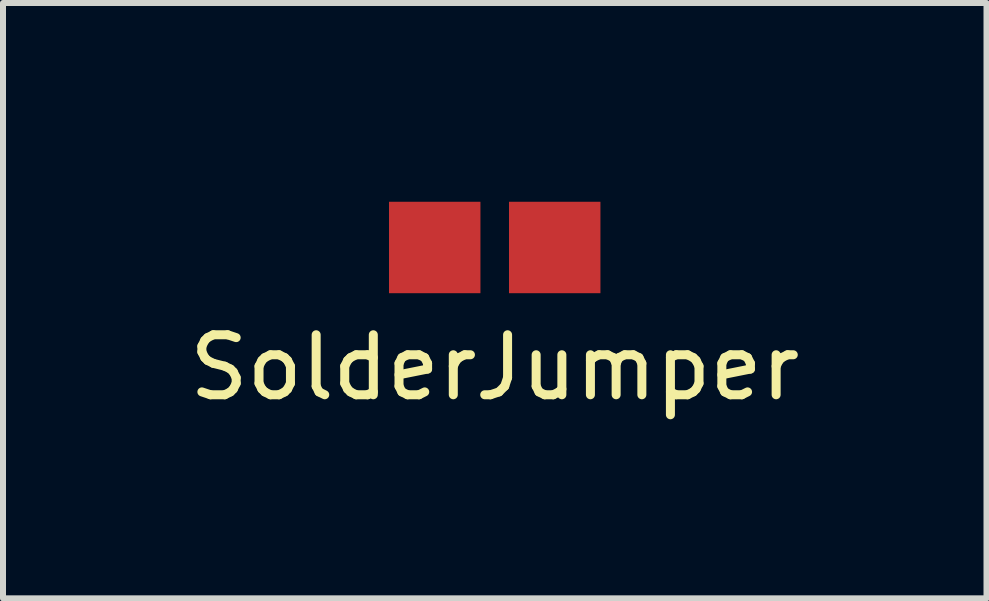
<source format=kicad_pcb>
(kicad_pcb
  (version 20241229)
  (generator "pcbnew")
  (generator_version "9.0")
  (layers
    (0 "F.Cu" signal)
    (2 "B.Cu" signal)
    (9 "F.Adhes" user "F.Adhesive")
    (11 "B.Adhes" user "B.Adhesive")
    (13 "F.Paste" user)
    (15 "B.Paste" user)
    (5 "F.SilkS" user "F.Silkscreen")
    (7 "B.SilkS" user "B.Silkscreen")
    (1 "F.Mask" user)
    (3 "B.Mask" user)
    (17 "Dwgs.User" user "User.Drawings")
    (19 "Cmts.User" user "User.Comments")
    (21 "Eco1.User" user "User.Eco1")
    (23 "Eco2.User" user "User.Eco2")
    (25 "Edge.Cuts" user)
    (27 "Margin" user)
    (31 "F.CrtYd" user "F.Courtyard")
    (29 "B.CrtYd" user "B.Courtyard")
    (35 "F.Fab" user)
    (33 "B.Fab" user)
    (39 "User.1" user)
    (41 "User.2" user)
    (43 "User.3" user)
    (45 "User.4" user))
  (footprint "SolderJumper"
    (layer "F.Cu")
    (at 5.196 1.075)
    (property "Reference" "SolderJumper" (at 0 2 0) (layer "F.SilkS") (effects (font (size 1 1) (thickness 0.15))))
    (attr through_hole)
    (fp_line (start -2 -1) (end 2 -1) (stroke (width 0.15) (type solid)) (layer "F.Mask"))
    (fp_line (start -2 1) (end -2 -1) (stroke (width 0.15) (type solid)) (layer "F.Mask"))
    (fp_line (start 2 -1) (end 2 1) (stroke (width 0.15) (type solid)) (layer "F.Mask"))
    (fp_line (start 2 1) (end -2 1) (stroke (width 0.15) (type solid)) (layer "F.Mask"))
    (pad "1" smd rect (at 1 0) (size 1.524 1.524) (layers "F.Cu" "F.Mask" "F.Paste"))
    (pad "2" smd rect (at -1 0) (size 1.524 1.524) (layers "F.Cu" "F.Mask" "F.Paste")))
  (gr_rect
    (start -3 -3)
    (end 13.393 6.923)
    (stroke (width 0.1) (type default))
    (fill no)
    (layer "Edge.Cuts")))
</source>
